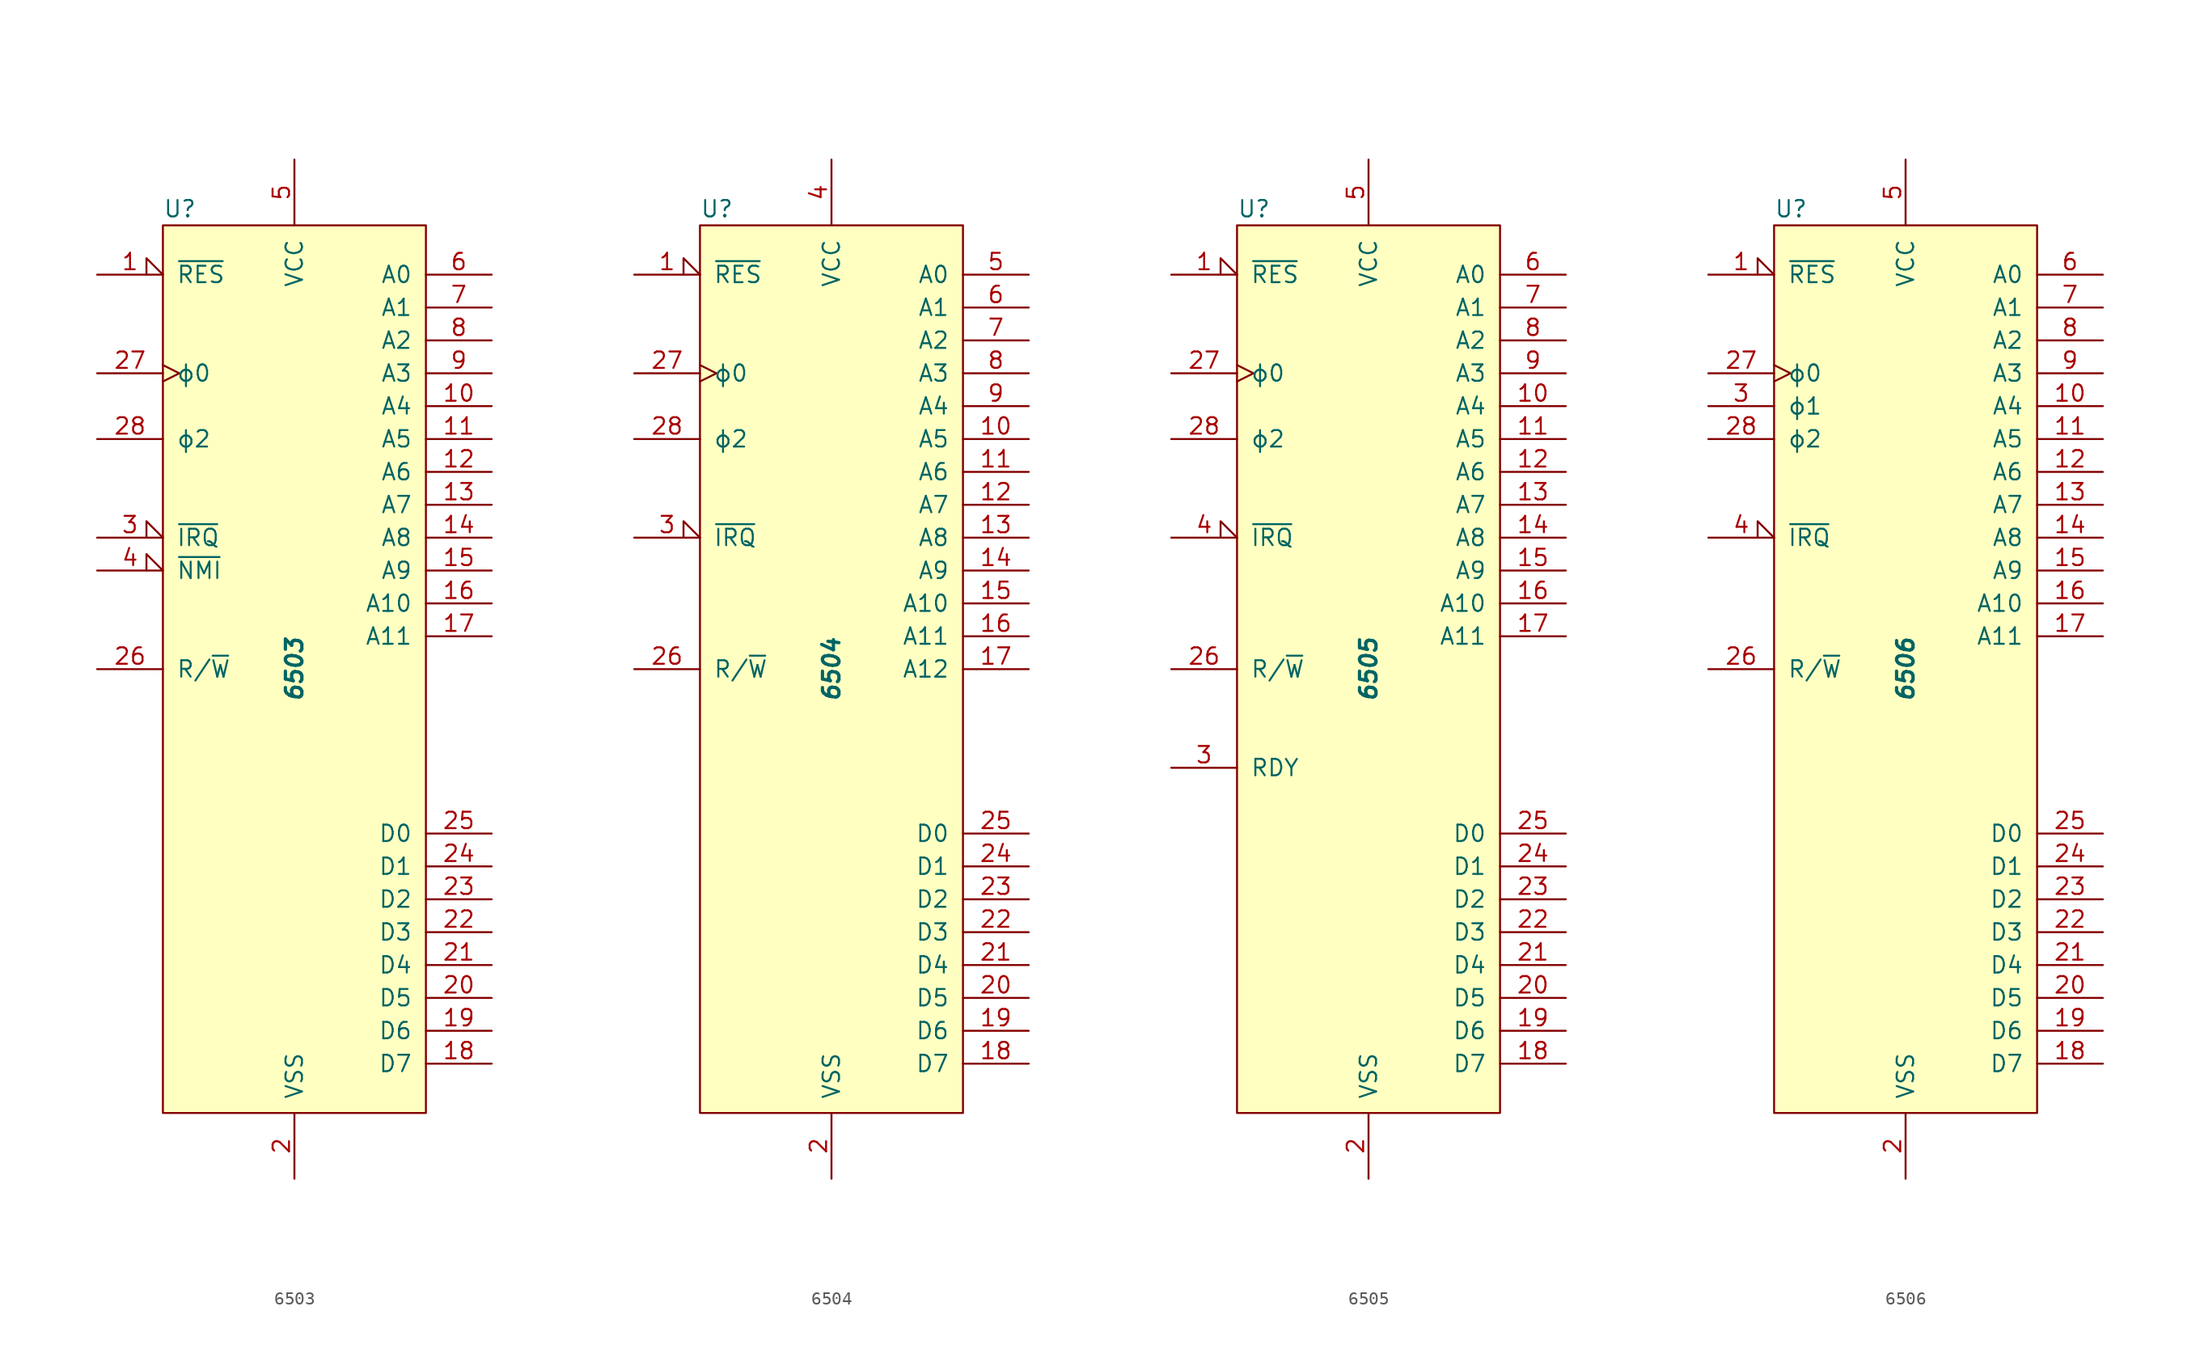
<source format=kicad_sym>
(kicad_symbol_lib
  (version 20201005)
  (generator kicad_symbol_editor)
  (symbol "6503"
    (pin_names
      (offset 1.016))
    (property "Reference" "U"
      (at -10.16 35.56 0)
      (effects (font (size 1.27 1.27)) (justify left)))
    (property "Value" "6503"
      (at 0 0 90)
      (effects (font (size 1.27 1.27) bold italic)))
    (symbol "6503_0_1"
      (rectangle (start -10.16 34.29) (end 10.16 -34.29) (stroke (width 0)) (fill (type background))))
    (symbol "6503_1_1"
      (pin input input_low (at -15.24 30.48 0) (length 5.08) (name "~RES" (effects (font (size 1.27 1.27)))) (number "1" (effects (font (size 1.27 1.27)))))
      (pin output line (at 15.24 20.32 180) (length 5.08) (name "A4" (effects (font (size 1.27 1.27)))) (number "10" (effects (font (size 1.27 1.27)))))
      (pin output line (at 15.24 17.78 180) (length 5.08) (name "A5" (effects (font (size 1.27 1.27)))) (number "11" (effects (font (size 1.27 1.27)))))
      (pin output line (at 15.24 15.24 180) (length 5.08) (name "A6" (effects (font (size 1.27 1.27)))) (number "12" (effects (font (size 1.27 1.27)))))
      (pin output line (at 15.24 12.7 180) (length 5.08) (name "A7" (effects (font (size 1.27 1.27)))) (number "13" (effects (font (size 1.27 1.27)))))
      (pin output line (at 15.24 10.16 180) (length 5.08) (name "A8" (effects (font (size 1.27 1.27)))) (number "14" (effects (font (size 1.27 1.27)))))
      (pin output line (at 15.24 7.62 180) (length 5.08) (name "A9" (effects (font (size 1.27 1.27)))) (number "15" (effects (font (size 1.27 1.27)))))
      (pin output line (at 15.24 5.08 180) (length 5.08) (name "A10" (effects (font (size 1.27 1.27)))) (number "16" (effects (font (size 1.27 1.27)))))
      (pin output line (at 15.24 2.54 180) (length 5.08) (name "A11" (effects (font (size 1.27 1.27)))) (number "17" (effects (font (size 1.27 1.27)))))
      (pin bidirectional line (at 15.24 -30.48 180) (length 5.08) (name "D7" (effects (font (size 1.27 1.27)))) (number "18" (effects (font (size 1.27 1.27)))))
      (pin bidirectional line (at 15.24 -27.94 180) (length 5.08) (name "D6" (effects (font (size 1.27 1.27)))) (number "19" (effects (font (size 1.27 1.27)))))
      (pin power_in line (at 0 -39.37 90) (length 5.08) (name "VSS" (effects (font (size 1.27 1.27)))) (number "2" (effects (font (size 1.27 1.27)))))
      (pin bidirectional line (at 15.24 -25.4 180) (length 5.08) (name "D5" (effects (font (size 1.27 1.27)))) (number "20" (effects (font (size 1.27 1.27)))))
      (pin bidirectional line (at 15.24 -22.86 180) (length 5.08) (name "D4" (effects (font (size 1.27 1.27)))) (number "21" (effects (font (size 1.27 1.27)))))
      (pin bidirectional line (at 15.24 -20.32 180) (length 5.08) (name "D3" (effects (font (size 1.27 1.27)))) (number "22" (effects (font (size 1.27 1.27)))))
      (pin bidirectional line (at 15.24 -17.78 180) (length 5.08) (name "D2" (effects (font (size 1.27 1.27)))) (number "23" (effects (font (size 1.27 1.27)))))
      (pin bidirectional line (at 15.24 -15.24 180) (length 5.08) (name "D1" (effects (font (size 1.27 1.27)))) (number "24" (effects (font (size 1.27 1.27)))))
      (pin bidirectional line (at 15.24 -12.7 180) (length 5.08) (name "D0" (effects (font (size 1.27 1.27)))) (number "25" (effects (font (size 1.27 1.27)))))
      (pin output line (at -15.24 0 0) (length 5.08) (name "R/~W" (effects (font (size 1.27 1.27)))) (number "26" (effects (font (size 1.27 1.27)))))
      (pin input clock (at -15.24 22.86 0) (length 5.08) (name "ϕ0" (effects (font (size 1.27 1.27)))) (number "27" (effects (font (size 1.27 1.27)))))
      (pin output line (at -15.24 17.78 0) (length 5.08) (name "ϕ2" (effects (font (size 1.27 1.27)))) (number "28" (effects (font (size 1.27 1.27)))))
      (pin input input_low (at -15.24 10.16 0) (length 5.08) (name "~IRQ" (effects (font (size 1.27 1.27)))) (number "3" (effects (font (size 1.27 1.27)))))
      (pin input input_low (at -15.24 7.62 0) (length 5.08) (name "~NMI" (effects (font (size 1.27 1.27)))) (number "4" (effects (font (size 1.27 1.27)))))
      (pin power_in line (at 0 39.37 270) (length 5.08) (name "VCC" (effects (font (size 1.27 1.27)))) (number "5" (effects (font (size 1.27 1.27)))))
      (pin output line (at 15.24 30.48 180) (length 5.08) (name "A0" (effects (font (size 1.27 1.27)))) (number "6" (effects (font (size 1.27 1.27)))))
      (pin output line (at 15.24 27.94 180) (length 5.08) (name "A1" (effects (font (size 1.27 1.27)))) (number "7" (effects (font (size 1.27 1.27)))))
      (pin output line (at 15.24 25.4 180) (length 5.08) (name "A2" (effects (font (size 1.27 1.27)))) (number "8" (effects (font (size 1.27 1.27)))))
      (pin output line (at 15.24 22.86 180) (length 5.08) (name "A3" (effects (font (size 1.27 1.27)))) (number "9" (effects (font (size 1.27 1.27)))))))
  (symbol "6504"
    (pin_names
      (offset 1.016))
    (property "Reference" "U"
      (at -10.16 35.56 0)
      (effects (font (size 1.27 1.27)) (justify left)))
    (property "Value" "6504"
      (at 0 0 90)
      (effects (font (size 1.27 1.27) bold italic)))
    (symbol "6504_0_1"
      (rectangle (start -10.16 34.29) (end 10.16 -34.29) (stroke (width 0)) (fill (type background))))
    (symbol "6504_1_1"
      (pin input input_low (at -15.24 30.48 0) (length 5.08) (name "~RES" (effects (font (size 1.27 1.27)))) (number "1" (effects (font (size 1.27 1.27)))))
      (pin output line (at 15.24 17.78 180) (length 5.08) (name "A5" (effects (font (size 1.27 1.27)))) (number "10" (effects (font (size 1.27 1.27)))))
      (pin output line (at 15.24 15.24 180) (length 5.08) (name "A6" (effects (font (size 1.27 1.27)))) (number "11" (effects (font (size 1.27 1.27)))))
      (pin output line (at 15.24 12.7 180) (length 5.08) (name "A7" (effects (font (size 1.27 1.27)))) (number "12" (effects (font (size 1.27 1.27)))))
      (pin output line (at 15.24 10.16 180) (length 5.08) (name "A8" (effects (font (size 1.27 1.27)))) (number "13" (effects (font (size 1.27 1.27)))))
      (pin output line (at 15.24 7.62 180) (length 5.08) (name "A9" (effects (font (size 1.27 1.27)))) (number "14" (effects (font (size 1.27 1.27)))))
      (pin output line (at 15.24 5.08 180) (length 5.08) (name "A10" (effects (font (size 1.27 1.27)))) (number "15" (effects (font (size 1.27 1.27)))))
      (pin output line (at 15.24 2.54 180) (length 5.08) (name "A11" (effects (font (size 1.27 1.27)))) (number "16" (effects (font (size 1.27 1.27)))))
      (pin output line (at 15.24 0 180) (length 5.08) (name "A12" (effects (font (size 1.27 1.27)))) (number "17" (effects (font (size 1.27 1.27)))))
      (pin bidirectional line (at 15.24 -30.48 180) (length 5.08) (name "D7" (effects (font (size 1.27 1.27)))) (number "18" (effects (font (size 1.27 1.27)))))
      (pin bidirectional line (at 15.24 -27.94 180) (length 5.08) (name "D6" (effects (font (size 1.27 1.27)))) (number "19" (effects (font (size 1.27 1.27)))))
      (pin power_in line (at 0 -39.37 90) (length 5.08) (name "VSS" (effects (font (size 1.27 1.27)))) (number "2" (effects (font (size 1.27 1.27)))))
      (pin bidirectional line (at 15.24 -25.4 180) (length 5.08) (name "D5" (effects (font (size 1.27 1.27)))) (number "20" (effects (font (size 1.27 1.27)))))
      (pin bidirectional line (at 15.24 -22.86 180) (length 5.08) (name "D4" (effects (font (size 1.27 1.27)))) (number "21" (effects (font (size 1.27 1.27)))))
      (pin bidirectional line (at 15.24 -20.32 180) (length 5.08) (name "D3" (effects (font (size 1.27 1.27)))) (number "22" (effects (font (size 1.27 1.27)))))
      (pin bidirectional line (at 15.24 -17.78 180) (length 5.08) (name "D2" (effects (font (size 1.27 1.27)))) (number "23" (effects (font (size 1.27 1.27)))))
      (pin bidirectional line (at 15.24 -15.24 180) (length 5.08) (name "D1" (effects (font (size 1.27 1.27)))) (number "24" (effects (font (size 1.27 1.27)))))
      (pin bidirectional line (at 15.24 -12.7 180) (length 5.08) (name "D0" (effects (font (size 1.27 1.27)))) (number "25" (effects (font (size 1.27 1.27)))))
      (pin output line (at -15.24 0 0) (length 5.08) (name "R/~W" (effects (font (size 1.27 1.27)))) (number "26" (effects (font (size 1.27 1.27)))))
      (pin input clock (at -15.24 22.86 0) (length 5.08) (name "ϕ0" (effects (font (size 1.27 1.27)))) (number "27" (effects (font (size 1.27 1.27)))))
      (pin output line (at -15.24 17.78 0) (length 5.08) (name "ϕ2" (effects (font (size 1.27 1.27)))) (number "28" (effects (font (size 1.27 1.27)))))
      (pin input input_low (at -15.24 10.16 0) (length 5.08) (name "~IRQ" (effects (font (size 1.27 1.27)))) (number "3" (effects (font (size 1.27 1.27)))))
      (pin power_in line (at 0 39.37 270) (length 5.08) (name "VCC" (effects (font (size 1.27 1.27)))) (number "4" (effects (font (size 1.27 1.27)))))
      (pin output line (at 15.24 30.48 180) (length 5.08) (name "A0" (effects (font (size 1.27 1.27)))) (number "5" (effects (font (size 1.27 1.27)))))
      (pin output line (at 15.24 27.94 180) (length 5.08) (name "A1" (effects (font (size 1.27 1.27)))) (number "6" (effects (font (size 1.27 1.27)))))
      (pin output line (at 15.24 25.4 180) (length 5.08) (name "A2" (effects (font (size 1.27 1.27)))) (number "7" (effects (font (size 1.27 1.27)))))
      (pin output line (at 15.24 22.86 180) (length 5.08) (name "A3" (effects (font (size 1.27 1.27)))) (number "8" (effects (font (size 1.27 1.27)))))
      (pin output line (at 15.24 20.32 180) (length 5.08) (name "A4" (effects (font (size 1.27 1.27)))) (number "9" (effects (font (size 1.27 1.27)))))))
  (symbol "6505"
    (pin_names
      (offset 1.016))
    (property "Reference" "U"
      (at -10.16 35.56 0)
      (effects (font (size 1.27 1.27)) (justify left)))
    (property "Value" "6505"
      (at 0 0 90)
      (effects (font (size 1.27 1.27) bold italic)))
    (symbol "6505_0_1"
      (rectangle (start -10.16 34.29) (end 10.16 -34.29) (stroke (width 0)) (fill (type background))))
    (symbol "6505_1_1"
      (pin input input_low (at -15.24 30.48 0) (length 5.08) (name "~RES" (effects (font (size 1.27 1.27)))) (number "1" (effects (font (size 1.27 1.27)))))
      (pin output line (at 15.24 20.32 180) (length 5.08) (name "A4" (effects (font (size 1.27 1.27)))) (number "10" (effects (font (size 1.27 1.27)))))
      (pin output line (at 15.24 17.78 180) (length 5.08) (name "A5" (effects (font (size 1.27 1.27)))) (number "11" (effects (font (size 1.27 1.27)))))
      (pin output line (at 15.24 15.24 180) (length 5.08) (name "A6" (effects (font (size 1.27 1.27)))) (number "12" (effects (font (size 1.27 1.27)))))
      (pin output line (at 15.24 12.7 180) (length 5.08) (name "A7" (effects (font (size 1.27 1.27)))) (number "13" (effects (font (size 1.27 1.27)))))
      (pin output line (at 15.24 10.16 180) (length 5.08) (name "A8" (effects (font (size 1.27 1.27)))) (number "14" (effects (font (size 1.27 1.27)))))
      (pin output line (at 15.24 7.62 180) (length 5.08) (name "A9" (effects (font (size 1.27 1.27)))) (number "15" (effects (font (size 1.27 1.27)))))
      (pin output line (at 15.24 5.08 180) (length 5.08) (name "A10" (effects (font (size 1.27 1.27)))) (number "16" (effects (font (size 1.27 1.27)))))
      (pin output line (at 15.24 2.54 180) (length 5.08) (name "A11" (effects (font (size 1.27 1.27)))) (number "17" (effects (font (size 1.27 1.27)))))
      (pin bidirectional line (at 15.24 -30.48 180) (length 5.08) (name "D7" (effects (font (size 1.27 1.27)))) (number "18" (effects (font (size 1.27 1.27)))))
      (pin bidirectional line (at 15.24 -27.94 180) (length 5.08) (name "D6" (effects (font (size 1.27 1.27)))) (number "19" (effects (font (size 1.27 1.27)))))
      (pin power_in line (at 0 -39.37 90) (length 5.08) (name "VSS" (effects (font (size 1.27 1.27)))) (number "2" (effects (font (size 1.27 1.27)))))
      (pin bidirectional line (at 15.24 -25.4 180) (length 5.08) (name "D5" (effects (font (size 1.27 1.27)))) (number "20" (effects (font (size 1.27 1.27)))))
      (pin bidirectional line (at 15.24 -22.86 180) (length 5.08) (name "D4" (effects (font (size 1.27 1.27)))) (number "21" (effects (font (size 1.27 1.27)))))
      (pin bidirectional line (at 15.24 -20.32 180) (length 5.08) (name "D3" (effects (font (size 1.27 1.27)))) (number "22" (effects (font (size 1.27 1.27)))))
      (pin bidirectional line (at 15.24 -17.78 180) (length 5.08) (name "D2" (effects (font (size 1.27 1.27)))) (number "23" (effects (font (size 1.27 1.27)))))
      (pin bidirectional line (at 15.24 -15.24 180) (length 5.08) (name "D1" (effects (font (size 1.27 1.27)))) (number "24" (effects (font (size 1.27 1.27)))))
      (pin bidirectional line (at 15.24 -12.7 180) (length 5.08) (name "D0" (effects (font (size 1.27 1.27)))) (number "25" (effects (font (size 1.27 1.27)))))
      (pin output line (at -15.24 0 0) (length 5.08) (name "R/~W" (effects (font (size 1.27 1.27)))) (number "26" (effects (font (size 1.27 1.27)))))
      (pin input clock (at -15.24 22.86 0) (length 5.08) (name "ϕ0" (effects (font (size 1.27 1.27)))) (number "27" (effects (font (size 1.27 1.27)))))
      (pin output line (at -15.24 17.78 0) (length 5.08) (name "ϕ2" (effects (font (size 1.27 1.27)))) (number "28" (effects (font (size 1.27 1.27)))))
      (pin input line (at -15.24 -7.62 0) (length 5.08) (name "RDY" (effects (font (size 1.27 1.27)))) (number "3" (effects (font (size 1.27 1.27)))))
      (pin input input_low (at -15.24 10.16 0) (length 5.08) (name "~IRQ" (effects (font (size 1.27 1.27)))) (number "4" (effects (font (size 1.27 1.27)))))
      (pin power_in line (at 0 39.37 270) (length 5.08) (name "VCC" (effects (font (size 1.27 1.27)))) (number "5" (effects (font (size 1.27 1.27)))))
      (pin output line (at 15.24 30.48 180) (length 5.08) (name "A0" (effects (font (size 1.27 1.27)))) (number "6" (effects (font (size 1.27 1.27)))))
      (pin output line (at 15.24 27.94 180) (length 5.08) (name "A1" (effects (font (size 1.27 1.27)))) (number "7" (effects (font (size 1.27 1.27)))))
      (pin output line (at 15.24 25.4 180) (length 5.08) (name "A2" (effects (font (size 1.27 1.27)))) (number "8" (effects (font (size 1.27 1.27)))))
      (pin output line (at 15.24 22.86 180) (length 5.08) (name "A3" (effects (font (size 1.27 1.27)))) (number "9" (effects (font (size 1.27 1.27)))))))
  (symbol "6506"
    (pin_names
      (offset 1.016))
    (property "Reference" "U"
      (at -10.16 35.56 0)
      (effects (font (size 1.27 1.27)) (justify left)))
    (property "Value" "6506"
      (at 0 0 90)
      (effects (font (size 1.27 1.27) bold italic)))
    (symbol "6506_0_1"
      (rectangle (start -10.16 34.29) (end 10.16 -34.29) (stroke (width 0)) (fill (type background))))
    (symbol "6506_1_1"
      (pin input input_low (at -15.24 30.48 0) (length 5.08) (name "~RES" (effects (font (size 1.27 1.27)))) (number "1" (effects (font (size 1.27 1.27)))))
      (pin output line (at 15.24 20.32 180) (length 5.08) (name "A4" (effects (font (size 1.27 1.27)))) (number "10" (effects (font (size 1.27 1.27)))))
      (pin output line (at 15.24 17.78 180) (length 5.08) (name "A5" (effects (font (size 1.27 1.27)))) (number "11" (effects (font (size 1.27 1.27)))))
      (pin output line (at 15.24 15.24 180) (length 5.08) (name "A6" (effects (font (size 1.27 1.27)))) (number "12" (effects (font (size 1.27 1.27)))))
      (pin output line (at 15.24 12.7 180) (length 5.08) (name "A7" (effects (font (size 1.27 1.27)))) (number "13" (effects (font (size 1.27 1.27)))))
      (pin output line (at 15.24 10.16 180) (length 5.08) (name "A8" (effects (font (size 1.27 1.27)))) (number "14" (effects (font (size 1.27 1.27)))))
      (pin output line (at 15.24 7.62 180) (length 5.08) (name "A9" (effects (font (size 1.27 1.27)))) (number "15" (effects (font (size 1.27 1.27)))))
      (pin output line (at 15.24 5.08 180) (length 5.08) (name "A10" (effects (font (size 1.27 1.27)))) (number "16" (effects (font (size 1.27 1.27)))))
      (pin output line (at 15.24 2.54 180) (length 5.08) (name "A11" (effects (font (size 1.27 1.27)))) (number "17" (effects (font (size 1.27 1.27)))))
      (pin bidirectional line (at 15.24 -30.48 180) (length 5.08) (name "D7" (effects (font (size 1.27 1.27)))) (number "18" (effects (font (size 1.27 1.27)))))
      (pin bidirectional line (at 15.24 -27.94 180) (length 5.08) (name "D6" (effects (font (size 1.27 1.27)))) (number "19" (effects (font (size 1.27 1.27)))))
      (pin power_in line (at 0 -39.37 90) (length 5.08) (name "VSS" (effects (font (size 1.27 1.27)))) (number "2" (effects (font (size 1.27 1.27)))))
      (pin bidirectional line (at 15.24 -25.4 180) (length 5.08) (name "D5" (effects (font (size 1.27 1.27)))) (number "20" (effects (font (size 1.27 1.27)))))
      (pin bidirectional line (at 15.24 -22.86 180) (length 5.08) (name "D4" (effects (font (size 1.27 1.27)))) (number "21" (effects (font (size 1.27 1.27)))))
      (pin bidirectional line (at 15.24 -20.32 180) (length 5.08) (name "D3" (effects (font (size 1.27 1.27)))) (number "22" (effects (font (size 1.27 1.27)))))
      (pin bidirectional line (at 15.24 -17.78 180) (length 5.08) (name "D2" (effects (font (size 1.27 1.27)))) (number "23" (effects (font (size 1.27 1.27)))))
      (pin bidirectional line (at 15.24 -15.24 180) (length 5.08) (name "D1" (effects (font (size 1.27 1.27)))) (number "24" (effects (font (size 1.27 1.27)))))
      (pin bidirectional line (at 15.24 -12.7 180) (length 5.08) (name "D0" (effects (font (size 1.27 1.27)))) (number "25" (effects (font (size 1.27 1.27)))))
      (pin output line (at -15.24 0 0) (length 5.08) (name "R/~W" (effects (font (size 1.27 1.27)))) (number "26" (effects (font (size 1.27 1.27)))))
      (pin input clock (at -15.24 22.86 0) (length 5.08) (name "ϕ0" (effects (font (size 1.27 1.27)))) (number "27" (effects (font (size 1.27 1.27)))))
      (pin output line (at -15.24 17.78 0) (length 5.08) (name "ϕ2" (effects (font (size 1.27 1.27)))) (number "28" (effects (font (size 1.27 1.27)))))
      (pin output line (at -15.24 20.32 0) (length 5.08) (name "ϕ1" (effects (font (size 1.27 1.27)))) (number "3" (effects (font (size 1.27 1.27)))))
      (pin input input_low (at -15.24 10.16 0) (length 5.08) (name "~IRQ" (effects (font (size 1.27 1.27)))) (number "4" (effects (font (size 1.27 1.27)))))
      (pin power_in line (at 0 39.37 270) (length 5.08) (name "VCC" (effects (font (size 1.27 1.27)))) (number "5" (effects (font (size 1.27 1.27)))))
      (pin output line (at 15.24 30.48 180) (length 5.08) (name "A0" (effects (font (size 1.27 1.27)))) (number "6" (effects (font (size 1.27 1.27)))))
      (pin output line (at 15.24 27.94 180) (length 5.08) (name "A1" (effects (font (size 1.27 1.27)))) (number "7" (effects (font (size 1.27 1.27)))))
      (pin output line (at 15.24 25.4 180) (length 5.08) (name "A2" (effects (font (size 1.27 1.27)))) (number "8" (effects (font (size 1.27 1.27)))))
      (pin output line (at 15.24 22.86 180) (length 5.08) (name "A3" (effects (font (size 1.27 1.27)))) (number "9" (effects (font (size 1.27 1.27))))))))
</source>
